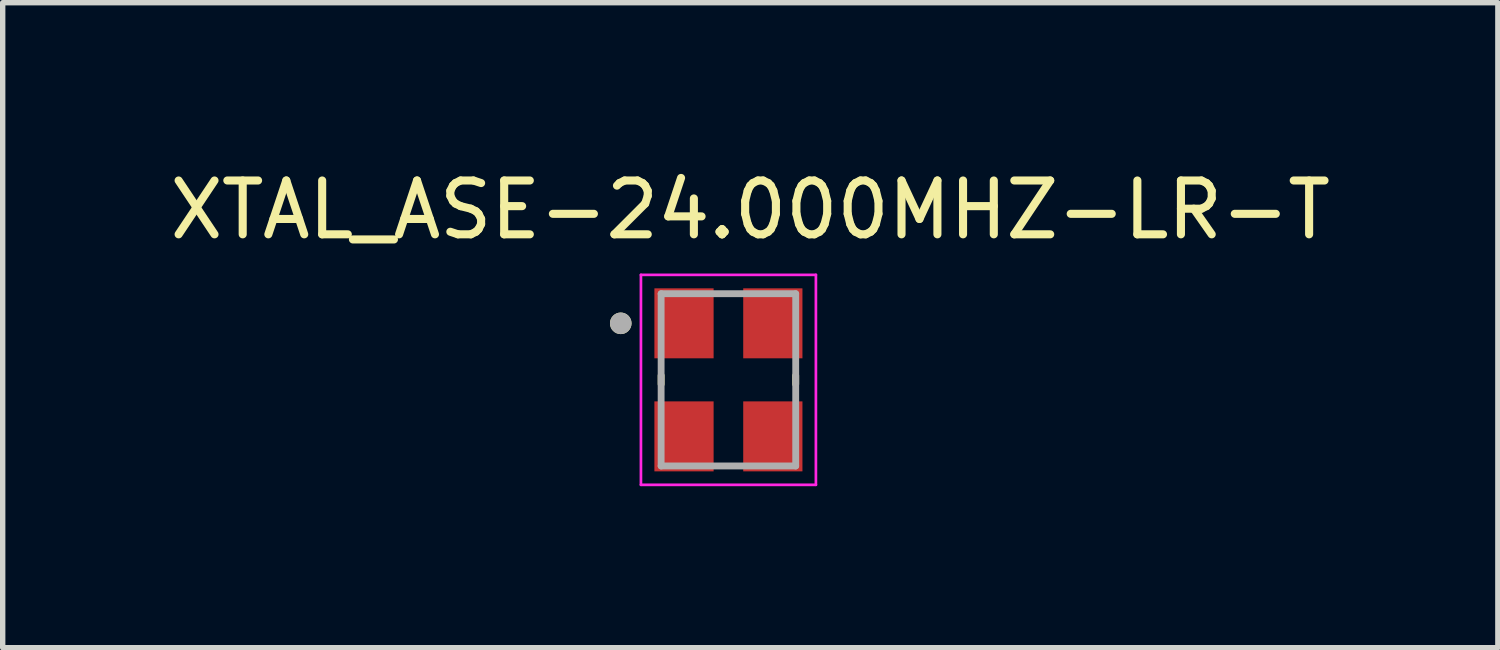
<source format=kicad_pcb>
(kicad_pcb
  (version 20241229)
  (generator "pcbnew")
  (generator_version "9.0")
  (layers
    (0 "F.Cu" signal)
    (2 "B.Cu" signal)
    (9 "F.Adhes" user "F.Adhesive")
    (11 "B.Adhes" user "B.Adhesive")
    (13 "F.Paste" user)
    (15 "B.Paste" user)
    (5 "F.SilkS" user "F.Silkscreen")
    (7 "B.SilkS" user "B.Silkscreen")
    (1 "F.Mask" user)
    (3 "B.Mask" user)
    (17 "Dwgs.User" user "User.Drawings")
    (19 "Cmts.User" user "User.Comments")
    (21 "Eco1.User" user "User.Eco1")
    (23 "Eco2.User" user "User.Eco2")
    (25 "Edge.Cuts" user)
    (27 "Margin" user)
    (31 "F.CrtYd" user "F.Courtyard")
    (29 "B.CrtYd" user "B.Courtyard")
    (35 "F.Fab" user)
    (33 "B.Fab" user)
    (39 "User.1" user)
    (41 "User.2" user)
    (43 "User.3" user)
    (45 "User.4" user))
  (footprint "XTAL_ASE-24.000MHZ-LR-T"
    (layer "F.Cu")
    (at 10.481 4.006)
    (property "Reference" "XTAL_ASE-24.000MHZ-LR-T" (at 0.406 -3.158 0) (layer "F.SilkS") (effects (font (size 1 1) (thickness 0.15))))
    (attr smd)
    (fp_line (start -1.25 -0.08) (end -1.25 0.08) (stroke (width 0.127) (type solid)) (layer "F.SilkS"))
    (fp_line (start 1.25 0.08) (end 1.25 -0.08) (stroke (width 0.127) (type solid)) (layer "F.SilkS"))
    (fp_circle (center -2 -1.05) (end -1.9 -1.05) (stroke (width 0.2) (type solid)) (fill no) (layer "F.SilkS"))
    (fp_line (start -1.625 -1.95) (end 1.625 -1.95) (stroke (width 0.05) (type solid)) (layer "F.CrtYd"))
    (fp_line (start -1.625 1.95) (end -1.625 -1.95) (stroke (width 0.05) (type solid)) (layer "F.CrtYd"))
    (fp_line (start 1.625 -1.95) (end 1.625 1.95) (stroke (width 0.05) (type solid)) (layer "F.CrtYd"))
    (fp_line (start 1.625 1.95) (end -1.625 1.95) (stroke (width 0.05) (type solid)) (layer "F.CrtYd"))
    (fp_line (start -1.25 -1.6) (end 1.25 -1.6) (stroke (width 0.127) (type solid)) (layer "F.Fab"))
    (fp_line (start -1.25 1.6) (end -1.25 -1.6) (stroke (width 0.127) (type solid)) (layer "F.Fab"))
    (fp_line (start 1.25 -1.6) (end 1.25 1.6) (stroke (width 0.127) (type solid)) (layer "F.Fab"))
    (fp_line (start 1.25 1.6) (end -1.25 1.6) (stroke (width 0.127) (type solid)) (layer "F.Fab"))
    (fp_circle (center -2 -1.05) (end -1.9 -1.05) (stroke (width 0.2) (type solid)) (fill no) (layer "F.Fab"))
    (pad "1" smd rect (at -0.825 -1.05) (size 1.1 1.3) (layers "F.Cu" "F.Mask" "F.Paste"))
    (pad "2" smd rect (at -0.825 1.05) (size 1.1 1.3) (layers "F.Cu" "F.Mask" "F.Paste"))
    (pad "3" smd rect (at 0.825 1.05) (size 1.1 1.3) (layers "F.Cu" "F.Mask" "F.Paste"))
    (pad "4" smd rect (at 0.825 -1.05) (size 1.1 1.3) (layers "F.Cu" "F.Mask" "F.Paste")))
  (gr_rect
    (start -3 -3)
    (end 24.774 8.981)
    (stroke (width 0.1) (type default))
    (fill no)
    (layer "Edge.Cuts")))
</source>
